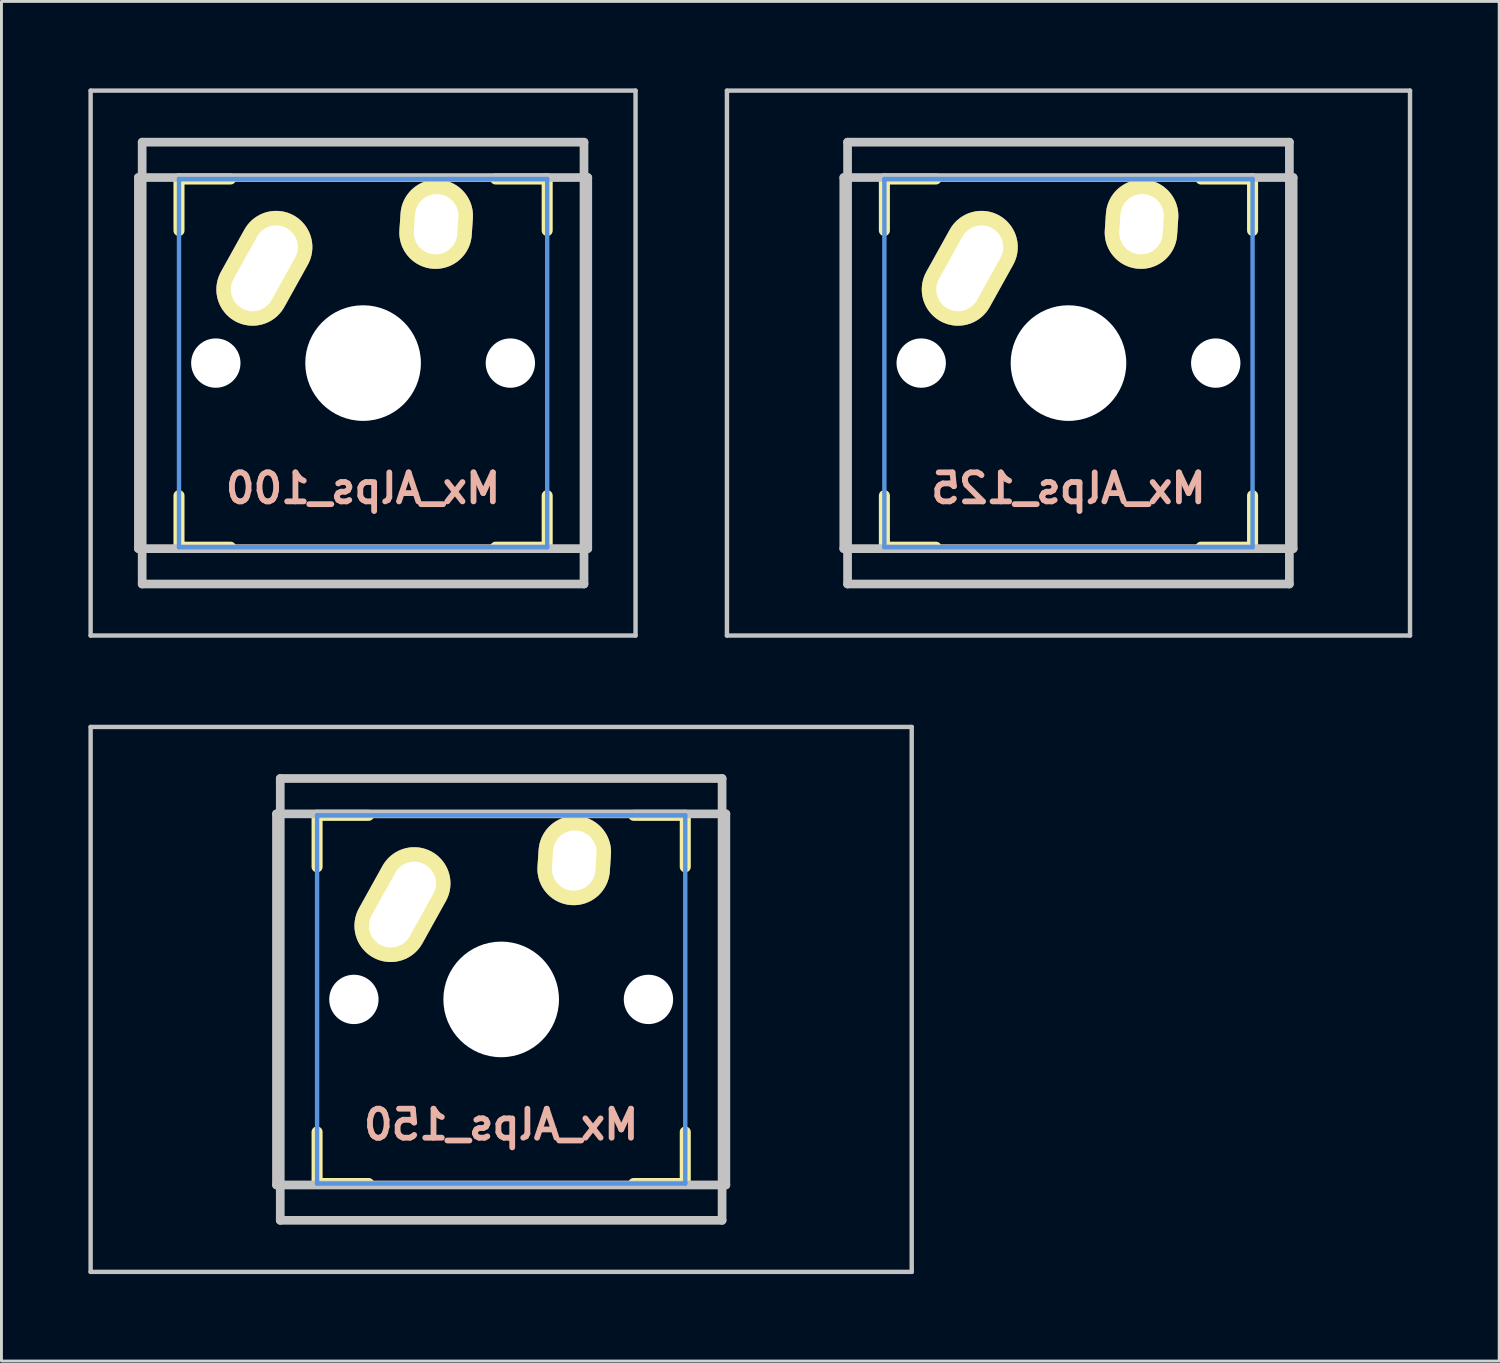
<source format=kicad_pcb>
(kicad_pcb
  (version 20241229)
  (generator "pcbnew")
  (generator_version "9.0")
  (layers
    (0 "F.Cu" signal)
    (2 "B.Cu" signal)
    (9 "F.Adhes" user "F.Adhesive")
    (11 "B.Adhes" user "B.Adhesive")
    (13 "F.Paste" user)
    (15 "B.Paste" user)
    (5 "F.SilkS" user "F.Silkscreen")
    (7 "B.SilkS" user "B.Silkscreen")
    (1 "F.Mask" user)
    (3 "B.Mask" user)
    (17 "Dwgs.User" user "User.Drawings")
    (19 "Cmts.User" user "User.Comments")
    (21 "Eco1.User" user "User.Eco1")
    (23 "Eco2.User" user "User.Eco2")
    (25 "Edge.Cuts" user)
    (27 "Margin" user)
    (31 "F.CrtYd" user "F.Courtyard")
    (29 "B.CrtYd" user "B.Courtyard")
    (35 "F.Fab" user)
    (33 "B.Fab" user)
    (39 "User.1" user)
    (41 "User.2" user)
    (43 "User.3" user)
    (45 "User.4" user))
  (footprint "Mx_Alps_100"
    (layer "F.Cu")
    (at 9.474 9.474)
    (property "Reference" "Mx_Alps_100" (at 0 4.318 0) (layer "B.SilkS") (effects (font (size 1 1) (thickness 0.2)) (justify mirror)))
    (attr through_hole)
    (fp_line (start -6.35 -6.35) (end -4.572 -6.35) (stroke (width 0.381) (type solid)) (layer "F.SilkS"))
    (fp_line (start -6.35 -4.572) (end -6.35 -6.35) (stroke (width 0.381) (type solid)) (layer "F.SilkS"))
    (fp_line (start -6.35 6.35) (end -6.35 4.572) (stroke (width 0.381) (type solid)) (layer "F.SilkS"))
    (fp_line (start -4.572 6.35) (end -6.35 6.35) (stroke (width 0.381) (type solid)) (layer "F.SilkS"))
    (fp_line (start 4.572 -6.35) (end 6.35 -6.35) (stroke (width 0.381) (type solid)) (layer "F.SilkS"))
    (fp_line (start 6.35 -6.35) (end 6.35 -4.572) (stroke (width 0.381) (type solid)) (layer "F.SilkS"))
    (fp_line (start 6.35 4.572) (end 6.35 6.35) (stroke (width 0.381) (type solid)) (layer "F.SilkS"))
    (fp_line (start 6.35 6.35) (end 4.572 6.35) (stroke (width 0.381) (type solid)) (layer "F.SilkS"))
    (fp_line (start -9.398 -9.398) (end 9.398 -9.398) (stroke (width 0.152) (type solid)) (layer "Dwgs.User"))
    (fp_line (start -9.398 9.398) (end -9.398 -9.398) (stroke (width 0.152) (type solid)) (layer "Dwgs.User"))
    (fp_line (start -7.75 6.4) (end -7.75 -6.4) (stroke (width 0.3) (type solid)) (layer "Dwgs.User"))
    (fp_line (start -7.75 6.4) (end 7.75 6.4) (stroke (width 0.3) (type solid)) (layer "Dwgs.User"))
    (fp_line (start -7.62 -7.62) (end 7.62 -7.62) (stroke (width 0.3) (type solid)) (layer "Dwgs.User"))
    (fp_line (start -7.62 7.62) (end -7.62 -7.62) (stroke (width 0.3) (type solid)) (layer "Dwgs.User"))
    (fp_line (start 7.62 -7.62) (end 7.62 7.62) (stroke (width 0.3) (type solid)) (layer "Dwgs.User"))
    (fp_line (start 7.62 7.62) (end -7.62 7.62) (stroke (width 0.3) (type solid)) (layer "Dwgs.User"))
    (fp_line (start 7.75 -6.4) (end -7.75 -6.4) (stroke (width 0.3) (type solid)) (layer "Dwgs.User"))
    (fp_line (start 7.75 6.4) (end 7.75 -6.4) (stroke (width 0.3) (type solid)) (layer "Dwgs.User"))
    (fp_line (start 9.398 -9.398) (end 9.398 9.398) (stroke (width 0.152) (type solid)) (layer "Dwgs.User"))
    (fp_line (start 9.398 9.398) (end -9.398 9.398) (stroke (width 0.152) (type solid)) (layer "Dwgs.User"))
    (fp_line (start -6.35 -6.35) (end 6.35 -6.35) (stroke (width 0.152) (type solid)) (layer "Cmts.User"))
    (fp_line (start -6.35 6.35) (end -6.35 -6.35) (stroke (width 0.152) (type solid)) (layer "Cmts.User"))
    (fp_line (start 6.35 -6.35) (end 6.35 6.35) (stroke (width 0.152) (type solid)) (layer "Cmts.User"))
    (fp_line (start 6.35 6.35) (end -6.35 6.35) (stroke (width 0.152) (type solid)) (layer "Cmts.User"))
    (fp_line (start -6.985 -6.985) (end 6.985 -6.985) (stroke (width 0.152) (type solid)) (layer "Eco2.User"))
    (fp_line (start -6.985 6.985) (end -6.985 -6.985) (stroke (width 0.152) (type solid)) (layer "Eco2.User"))
    (fp_line (start 6.985 -6.985) (end 6.985 6.985) (stroke (width 0.152) (type solid)) (layer "Eco2.User"))
    (fp_line (start 6.985 6.985) (end -6.985 6.985) (stroke (width 0.152) (type solid)) (layer "Eco2.User"))
    (pad "" np_thru_hole circle (at -5.08 0) (size 1.702 1.702) (drill 1.702) (layers "*.Cu"))
    (pad "" np_thru_hole circle (at 0 0) (size 3.988 3.988) (drill 3.988) (layers "*.Cu"))
    (pad "" np_thru_hole circle (at 5.08 0) (size 1.702 1.702) (drill 1.702) (layers "*.Cu"))
    (pad "1" thru_hole oval (at -3.405 -3.27 330.95) (size 2.5 4.17) (drill oval 1.5 3.17) (layers "*.Cu" "*.Mask" "F.SilkS"))
    (pad "2" thru_hole oval (at 2.52 -4.79 356.1) (size 2.5 3.08) (drill oval 1.5 2.08) (layers "*.Cu" "*.Mask" "F.SilkS")))
  (footprint "Mx_Alps_150"
    (layer "F.Cu")
    (at 14.237 31.423)
    (property "Reference" "Mx_Alps_150" (at 0 4.318 0) (layer "B.SilkS") (effects (font (size 1 1) (thickness 0.2)) (justify mirror)))
    (attr through_hole)
    (fp_line (start -6.35 -6.35) (end -4.572 -6.35) (stroke (width 0.381) (type solid)) (layer "F.SilkS"))
    (fp_line (start -6.35 -4.572) (end -6.35 -6.35) (stroke (width 0.381) (type solid)) (layer "F.SilkS"))
    (fp_line (start -6.35 6.35) (end -6.35 4.572) (stroke (width 0.381) (type solid)) (layer "F.SilkS"))
    (fp_line (start -4.572 6.35) (end -6.35 6.35) (stroke (width 0.381) (type solid)) (layer "F.SilkS"))
    (fp_line (start 4.572 -6.35) (end 6.35 -6.35) (stroke (width 0.381) (type solid)) (layer "F.SilkS"))
    (fp_line (start 6.35 -6.35) (end 6.35 -4.572) (stroke (width 0.381) (type solid)) (layer "F.SilkS"))
    (fp_line (start 6.35 4.572) (end 6.35 6.35) (stroke (width 0.381) (type solid)) (layer "F.SilkS"))
    (fp_line (start 6.35 6.35) (end 4.572 6.35) (stroke (width 0.381) (type solid)) (layer "F.SilkS"))
    (fp_line (start -14.161 -9.398) (end 14.161 -9.398) (stroke (width 0.152) (type solid)) (layer "Dwgs.User"))
    (fp_line (start -14.161 9.398) (end -14.161 -9.398) (stroke (width 0.152) (type solid)) (layer "Dwgs.User"))
    (fp_line (start -7.75 6.4) (end -7.75 -6.4) (stroke (width 0.3) (type solid)) (layer "Dwgs.User"))
    (fp_line (start -7.75 6.4) (end 7.75 6.4) (stroke (width 0.3) (type solid)) (layer "Dwgs.User"))
    (fp_line (start -7.62 -7.62) (end 7.62 -7.62) (stroke (width 0.3) (type solid)) (layer "Dwgs.User"))
    (fp_line (start -7.62 7.62) (end -7.62 -7.62) (stroke (width 0.3) (type solid)) (layer "Dwgs.User"))
    (fp_line (start 7.62 -7.62) (end 7.62 7.62) (stroke (width 0.3) (type solid)) (layer "Dwgs.User"))
    (fp_line (start 7.62 7.62) (end -7.62 7.62) (stroke (width 0.3) (type solid)) (layer "Dwgs.User"))
    (fp_line (start 7.75 -6.4) (end -7.75 -6.4) (stroke (width 0.3) (type solid)) (layer "Dwgs.User"))
    (fp_line (start 7.75 6.4) (end 7.75 -6.4) (stroke (width 0.3) (type solid)) (layer "Dwgs.User"))
    (fp_line (start 14.161 -9.398) (end 14.161 9.398) (stroke (width 0.152) (type solid)) (layer "Dwgs.User"))
    (fp_line (start 14.161 9.398) (end -14.161 9.398) (stroke (width 0.152) (type solid)) (layer "Dwgs.User"))
    (fp_line (start -6.35 -6.35) (end 6.35 -6.35) (stroke (width 0.152) (type solid)) (layer "Cmts.User"))
    (fp_line (start -6.35 6.35) (end -6.35 -6.35) (stroke (width 0.152) (type solid)) (layer "Cmts.User"))
    (fp_line (start 6.35 -6.35) (end 6.35 6.35) (stroke (width 0.152) (type solid)) (layer "Cmts.User"))
    (fp_line (start 6.35 6.35) (end -6.35 6.35) (stroke (width 0.152) (type solid)) (layer "Cmts.User"))
    (fp_line (start -6.985 -6.985) (end 6.985 -6.985) (stroke (width 0.152) (type solid)) (layer "Eco2.User"))
    (fp_line (start -6.985 6.985) (end -6.985 -6.985) (stroke (width 0.152) (type solid)) (layer "Eco2.User"))
    (fp_line (start 6.985 -6.985) (end 6.985 6.985) (stroke (width 0.152) (type solid)) (layer "Eco2.User"))
    (fp_line (start 6.985 6.985) (end -6.985 6.985) (stroke (width 0.152) (type solid)) (layer "Eco2.User"))
    (pad "" np_thru_hole circle (at -5.08 0) (size 1.702 1.702) (drill 1.702) (layers "*.Cu"))
    (pad "" np_thru_hole circle (at 0 0) (size 3.988 3.988) (drill 3.988) (layers "*.Cu"))
    (pad "" np_thru_hole circle (at 5.08 0) (size 1.702 1.702) (drill 1.702) (layers "*.Cu"))
    (pad "1" thru_hole oval (at -3.405 -3.27 330.95) (size 2.5 4.17) (drill oval 1.5 3.17) (layers "*.Cu" "*.Mask" "F.SilkS"))
    (pad "2" thru_hole oval (at 2.52 -4.79 356.1) (size 2.5 3.08) (drill oval 1.5 2.08) (layers "*.Cu" "*.Mask" "F.SilkS")))
  (footprint "Mx_Alps_125"
    (layer "F.Cu")
    (at 33.805 9.474)
    (property "Reference" "Mx_Alps_125" (at 0 4.318 0) (layer "B.SilkS") (effects (font (size 1 1) (thickness 0.2)) (justify mirror)))
    (attr through_hole)
    (fp_line (start -6.35 -6.35) (end -4.572 -6.35) (stroke (width 0.381) (type solid)) (layer "F.SilkS"))
    (fp_line (start -6.35 -4.572) (end -6.35 -6.35) (stroke (width 0.381) (type solid)) (layer "F.SilkS"))
    (fp_line (start -6.35 6.35) (end -6.35 4.572) (stroke (width 0.381) (type solid)) (layer "F.SilkS"))
    (fp_line (start -4.572 6.35) (end -6.35 6.35) (stroke (width 0.381) (type solid)) (layer "F.SilkS"))
    (fp_line (start 4.572 -6.35) (end 6.35 -6.35) (stroke (width 0.381) (type solid)) (layer "F.SilkS"))
    (fp_line (start 6.35 -6.35) (end 6.35 -4.572) (stroke (width 0.381) (type solid)) (layer "F.SilkS"))
    (fp_line (start 6.35 4.572) (end 6.35 6.35) (stroke (width 0.381) (type solid)) (layer "F.SilkS"))
    (fp_line (start 6.35 6.35) (end 4.572 6.35) (stroke (width 0.381) (type solid)) (layer "F.SilkS"))
    (fp_line (start -11.781 -9.398) (end 11.781 -9.398) (stroke (width 0.152) (type solid)) (layer "Dwgs.User"))
    (fp_line (start -11.781 9.398) (end -11.781 -9.398) (stroke (width 0.152) (type solid)) (layer "Dwgs.User"))
    (fp_line (start -7.75 6.4) (end -7.75 -6.4) (stroke (width 0.3) (type solid)) (layer "Dwgs.User"))
    (fp_line (start -7.75 6.4) (end 7.75 6.4) (stroke (width 0.3) (type solid)) (layer "Dwgs.User"))
    (fp_line (start -7.62 -7.62) (end 7.62 -7.62) (stroke (width 0.3) (type solid)) (layer "Dwgs.User"))
    (fp_line (start -7.62 7.62) (end -7.62 -7.62) (stroke (width 0.3) (type solid)) (layer "Dwgs.User"))
    (fp_line (start 7.62 -7.62) (end 7.62 7.62) (stroke (width 0.3) (type solid)) (layer "Dwgs.User"))
    (fp_line (start 7.62 7.62) (end -7.62 7.62) (stroke (width 0.3) (type solid)) (layer "Dwgs.User"))
    (fp_line (start 7.75 -6.4) (end -7.75 -6.4) (stroke (width 0.3) (type solid)) (layer "Dwgs.User"))
    (fp_line (start 7.75 6.4) (end 7.75 -6.4) (stroke (width 0.3) (type solid)) (layer "Dwgs.User"))
    (fp_line (start 11.781 -9.398) (end 11.781 9.398) (stroke (width 0.152) (type solid)) (layer "Dwgs.User"))
    (fp_line (start 11.781 9.398) (end -11.781 9.398) (stroke (width 0.152) (type solid)) (layer "Dwgs.User"))
    (fp_line (start -6.35 -6.35) (end 6.35 -6.35) (stroke (width 0.152) (type solid)) (layer "Cmts.User"))
    (fp_line (start -6.35 6.35) (end -6.35 -6.35) (stroke (width 0.152) (type solid)) (layer "Cmts.User"))
    (fp_line (start 6.35 -6.35) (end 6.35 6.35) (stroke (width 0.152) (type solid)) (layer "Cmts.User"))
    (fp_line (start 6.35 6.35) (end -6.35 6.35) (stroke (width 0.152) (type solid)) (layer "Cmts.User"))
    (fp_line (start -6.985 -6.985) (end 6.985 -6.985) (stroke (width 0.152) (type solid)) (layer "Eco2.User"))
    (fp_line (start -6.985 6.985) (end -6.985 -6.985) (stroke (width 0.152) (type solid)) (layer "Eco2.User"))
    (fp_line (start 6.985 -6.985) (end 6.985 6.985) (stroke (width 0.152) (type solid)) (layer "Eco2.User"))
    (fp_line (start 6.985 6.985) (end -6.985 6.985) (stroke (width 0.152) (type solid)) (layer "Eco2.User"))
    (pad "" np_thru_hole circle (at -5.08 0) (size 1.702 1.702) (drill 1.702) (layers "*.Cu"))
    (pad "" np_thru_hole circle (at 0 0) (size 3.988 3.988) (drill 3.988) (layers "*.Cu"))
    (pad "" np_thru_hole circle (at 5.08 0) (size 1.702 1.702) (drill 1.702) (layers "*.Cu"))
    (pad "1" thru_hole oval (at -3.405 -3.27 330.95) (size 2.5 4.17) (drill oval 1.5 3.17) (layers "*.Cu" "*.Mask" "F.SilkS"))
    (pad "2" thru_hole oval (at 2.52 -4.79 356.1) (size 2.5 3.08) (drill oval 1.5 2.08) (layers "*.Cu" "*.Mask" "F.SilkS")))
  (gr_rect
    (start -3 -3)
    (end 48.662 43.897)
    (stroke (width 0.1) (type default))
    (fill no)
    (layer "Edge.Cuts")))
</source>
